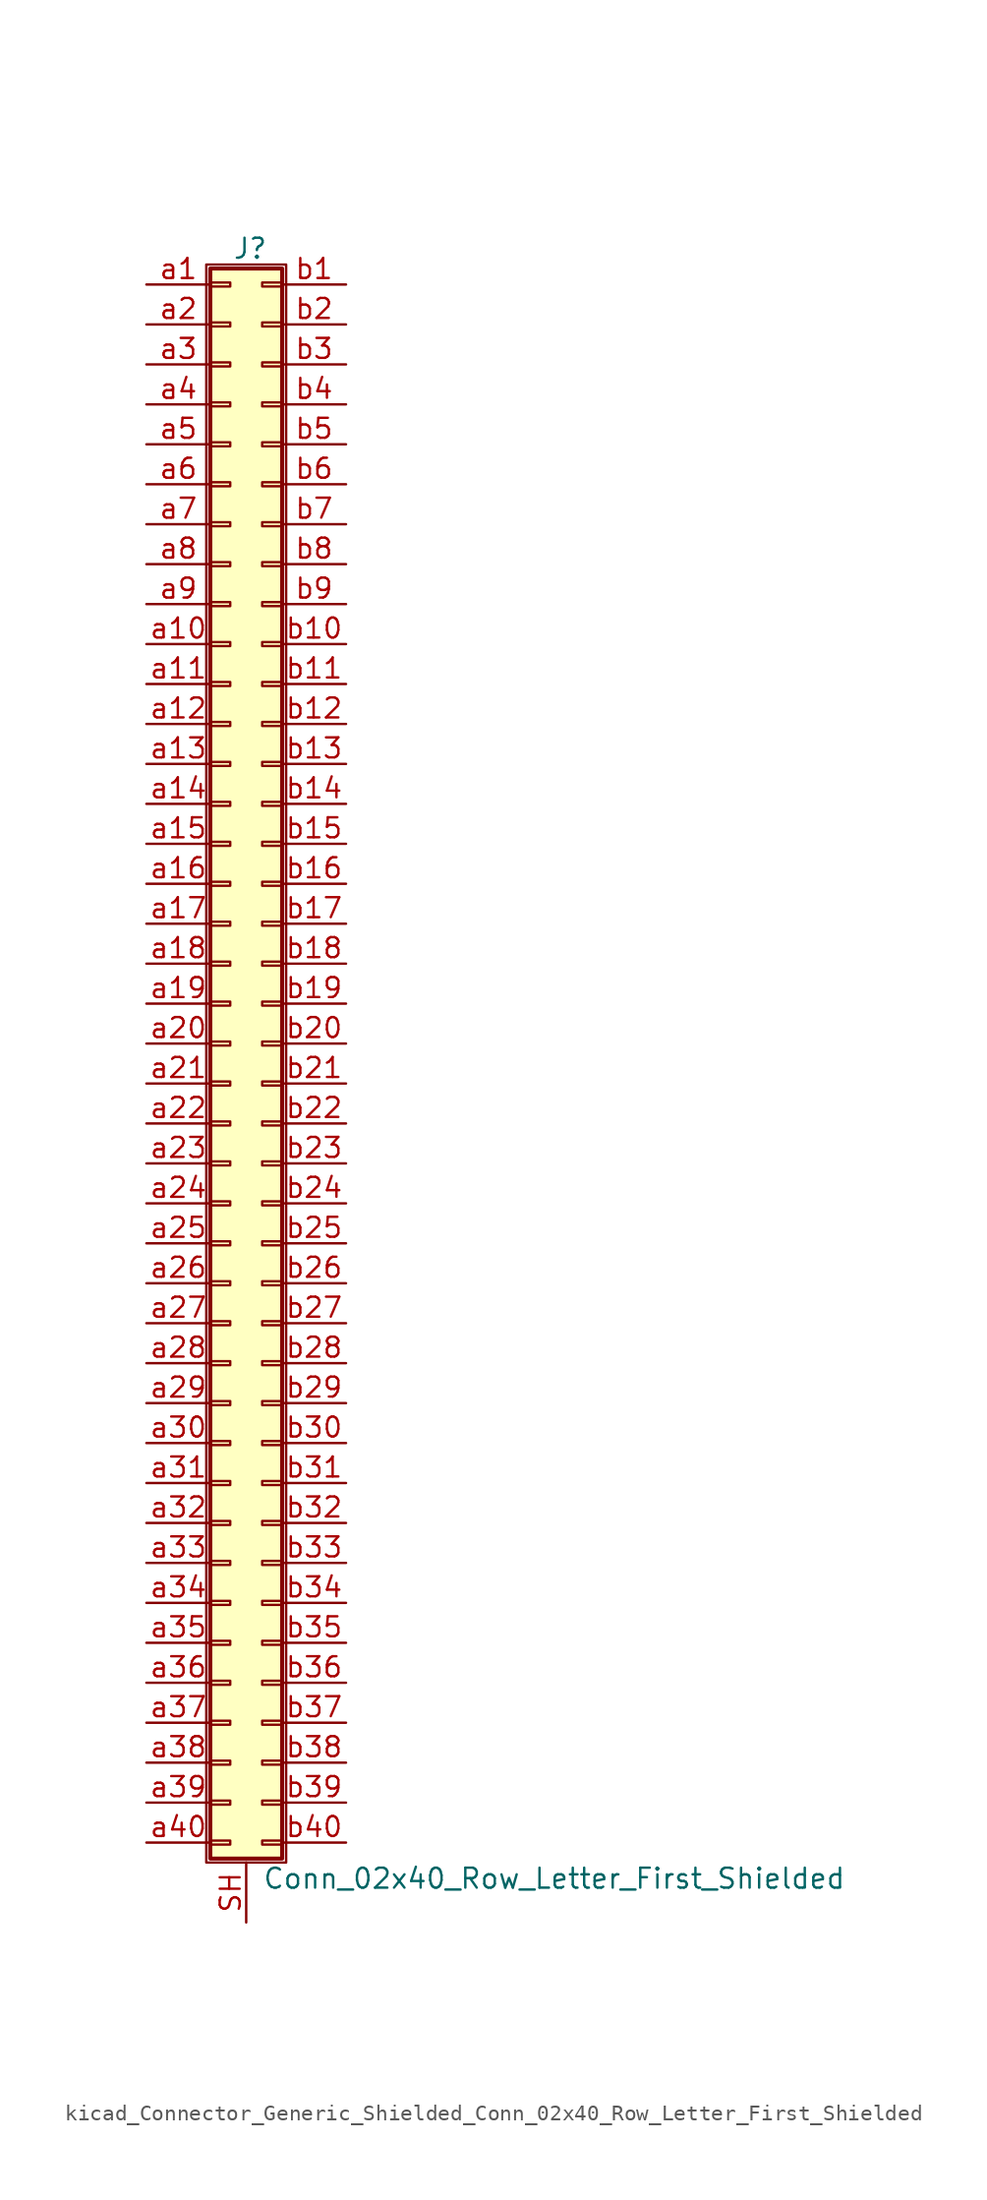
<source format=kicad_sym>
(kicad_symbol_lib
  (version 20220914)
  (generator kicad_symbol_editor)
  (symbol "kicad_Connector_Generic_Shielded_Conn_02x40_Row_Letter_First_Shielded"
    (pin_names
      (offset 1.016) hide)
    (property "Reference" "J"
      (at 1.524 50.546 0)
      (effects (font (size 1.27 1.27))))
    (property "Value" "Conn_02x40_Row_Letter_First_Shielded"
      (at 2.286 -53.086 0)
      (effects (font (size 1.27 1.27)) (justify left)))
    (symbol "kicad_Connector_Generic_Shielded_Conn_02x40_Row_Letter_First_Shielded_1_1"
      (rectangle (start -1.27 49.53) (end 3.81 -52.07) (stroke (width 0.152) (type default)) (fill (type none)))
      (rectangle (start -1.016 -50.673) (end 0.254 -50.927) (stroke (width 0.152) (type default)) (fill (type none)))
      (rectangle (start -1.016 -48.133) (end 0.254 -48.387) (stroke (width 0.152) (type default)) (fill (type none)))
      (rectangle (start -1.016 -45.593) (end 0.254 -45.847) (stroke (width 0.152) (type default)) (fill (type none)))
      (rectangle (start -1.016 -43.053) (end 0.254 -43.307) (stroke (width 0.152) (type default)) (fill (type none)))
      (rectangle (start -1.016 -40.513) (end 0.254 -40.767) (stroke (width 0.152) (type default)) (fill (type none)))
      (rectangle (start -1.016 -37.973) (end 0.254 -38.227) (stroke (width 0.152) (type default)) (fill (type none)))
      (rectangle (start -1.016 -35.433) (end 0.254 -35.687) (stroke (width 0.152) (type default)) (fill (type none)))
      (rectangle (start -1.016 -32.893) (end 0.254 -33.147) (stroke (width 0.152) (type default)) (fill (type none)))
      (rectangle (start -1.016 -30.353) (end 0.254 -30.607) (stroke (width 0.152) (type default)) (fill (type none)))
      (rectangle (start -1.016 -27.813) (end 0.254 -28.067) (stroke (width 0.152) (type default)) (fill (type none)))
      (rectangle (start -1.016 -25.273) (end 0.254 -25.527) (stroke (width 0.152) (type default)) (fill (type none)))
      (rectangle (start -1.016 -22.733) (end 0.254 -22.987) (stroke (width 0.152) (type default)) (fill (type none)))
      (rectangle (start -1.016 -20.193) (end 0.254 -20.447) (stroke (width 0.152) (type default)) (fill (type none)))
      (rectangle (start -1.016 -17.653) (end 0.254 -17.907) (stroke (width 0.152) (type default)) (fill (type none)))
      (rectangle (start -1.016 -15.113) (end 0.254 -15.367) (stroke (width 0.152) (type default)) (fill (type none)))
      (rectangle (start -1.016 -12.573) (end 0.254 -12.827) (stroke (width 0.152) (type default)) (fill (type none)))
      (rectangle (start -1.016 -10.033) (end 0.254 -10.287) (stroke (width 0.152) (type default)) (fill (type none)))
      (rectangle (start -1.016 -7.493) (end 0.254 -7.747) (stroke (width 0.152) (type default)) (fill (type none)))
      (rectangle (start -1.016 -4.953) (end 0.254 -5.207) (stroke (width 0.152) (type default)) (fill (type none)))
      (rectangle (start -1.016 -2.413) (end 0.254 -2.667) (stroke (width 0.152) (type default)) (fill (type none)))
      (rectangle (start -1.016 0.127) (end 0.254 -0.127) (stroke (width 0.152) (type default)) (fill (type none)))
      (rectangle (start -1.016 2.667) (end 0.254 2.413) (stroke (width 0.152) (type default)) (fill (type none)))
      (rectangle (start -1.016 5.207) (end 0.254 4.953) (stroke (width 0.152) (type default)) (fill (type none)))
      (rectangle (start -1.016 7.747) (end 0.254 7.493) (stroke (width 0.152) (type default)) (fill (type none)))
      (rectangle (start -1.016 10.287) (end 0.254 10.033) (stroke (width 0.152) (type default)) (fill (type none)))
      (rectangle (start -1.016 12.827) (end 0.254 12.573) (stroke (width 0.152) (type default)) (fill (type none)))
      (rectangle (start -1.016 15.367) (end 0.254 15.113) (stroke (width 0.152) (type default)) (fill (type none)))
      (rectangle (start -1.016 17.907) (end 0.254 17.653) (stroke (width 0.152) (type default)) (fill (type none)))
      (rectangle (start -1.016 20.447) (end 0.254 20.193) (stroke (width 0.152) (type default)) (fill (type none)))
      (rectangle (start -1.016 22.987) (end 0.254 22.733) (stroke (width 0.152) (type default)) (fill (type none)))
      (rectangle (start -1.016 25.527) (end 0.254 25.273) (stroke (width 0.152) (type default)) (fill (type none)))
      (rectangle (start -1.016 28.067) (end 0.254 27.813) (stroke (width 0.152) (type default)) (fill (type none)))
      (rectangle (start -1.016 30.607) (end 0.254 30.353) (stroke (width 0.152) (type default)) (fill (type none)))
      (rectangle (start -1.016 33.147) (end 0.254 32.893) (stroke (width 0.152) (type default)) (fill (type none)))
      (rectangle (start -1.016 35.687) (end 0.254 35.433) (stroke (width 0.152) (type default)) (fill (type none)))
      (rectangle (start -1.016 38.227) (end 0.254 37.973) (stroke (width 0.152) (type default)) (fill (type none)))
      (rectangle (start -1.016 40.767) (end 0.254 40.513) (stroke (width 0.152) (type default)) (fill (type none)))
      (rectangle (start -1.016 43.307) (end 0.254 43.053) (stroke (width 0.152) (type default)) (fill (type none)))
      (rectangle (start -1.016 45.847) (end 0.254 45.593) (stroke (width 0.152) (type default)) (fill (type none)))
      (rectangle (start -1.016 48.387) (end 0.254 48.133) (stroke (width 0.152) (type default)) (fill (type none)))
      (rectangle (start -1.016 49.276) (end 3.556 -51.816) (stroke (width 0.254) (type default)) (fill (type background)))
      (rectangle (start 3.556 -50.673) (end 2.286 -50.927) (stroke (width 0.152) (type default)) (fill (type none)))
      (rectangle (start 3.556 -48.133) (end 2.286 -48.387) (stroke (width 0.152) (type default)) (fill (type none)))
      (rectangle (start 3.556 -45.593) (end 2.286 -45.847) (stroke (width 0.152) (type default)) (fill (type none)))
      (rectangle (start 3.556 -43.053) (end 2.286 -43.307) (stroke (width 0.152) (type default)) (fill (type none)))
      (rectangle (start 3.556 -40.513) (end 2.286 -40.767) (stroke (width 0.152) (type default)) (fill (type none)))
      (rectangle (start 3.556 -37.973) (end 2.286 -38.227) (stroke (width 0.152) (type default)) (fill (type none)))
      (rectangle (start 3.556 -35.433) (end 2.286 -35.687) (stroke (width 0.152) (type default)) (fill (type none)))
      (rectangle (start 3.556 -32.893) (end 2.286 -33.147) (stroke (width 0.152) (type default)) (fill (type none)))
      (rectangle (start 3.556 -30.353) (end 2.286 -30.607) (stroke (width 0.152) (type default)) (fill (type none)))
      (rectangle (start 3.556 -27.813) (end 2.286 -28.067) (stroke (width 0.152) (type default)) (fill (type none)))
      (rectangle (start 3.556 -25.273) (end 2.286 -25.527) (stroke (width 0.152) (type default)) (fill (type none)))
      (rectangle (start 3.556 -22.733) (end 2.286 -22.987) (stroke (width 0.152) (type default)) (fill (type none)))
      (rectangle (start 3.556 -20.193) (end 2.286 -20.447) (stroke (width 0.152) (type default)) (fill (type none)))
      (rectangle (start 3.556 -17.653) (end 2.286 -17.907) (stroke (width 0.152) (type default)) (fill (type none)))
      (rectangle (start 3.556 -15.113) (end 2.286 -15.367) (stroke (width 0.152) (type default)) (fill (type none)))
      (rectangle (start 3.556 -12.573) (end 2.286 -12.827) (stroke (width 0.152) (type default)) (fill (type none)))
      (rectangle (start 3.556 -10.033) (end 2.286 -10.287) (stroke (width 0.152) (type default)) (fill (type none)))
      (rectangle (start 3.556 -7.493) (end 2.286 -7.747) (stroke (width 0.152) (type default)) (fill (type none)))
      (rectangle (start 3.556 -4.953) (end 2.286 -5.207) (stroke (width 0.152) (type default)) (fill (type none)))
      (rectangle (start 3.556 -2.413) (end 2.286 -2.667) (stroke (width 0.152) (type default)) (fill (type none)))
      (rectangle (start 3.556 0.127) (end 2.286 -0.127) (stroke (width 0.152) (type default)) (fill (type none)))
      (rectangle (start 3.556 2.667) (end 2.286 2.413) (stroke (width 0.152) (type default)) (fill (type none)))
      (rectangle (start 3.556 5.207) (end 2.286 4.953) (stroke (width 0.152) (type default)) (fill (type none)))
      (rectangle (start 3.556 7.747) (end 2.286 7.493) (stroke (width 0.152) (type default)) (fill (type none)))
      (rectangle (start 3.556 10.287) (end 2.286 10.033) (stroke (width 0.152) (type default)) (fill (type none)))
      (rectangle (start 3.556 12.827) (end 2.286 12.573) (stroke (width 0.152) (type default)) (fill (type none)))
      (rectangle (start 3.556 15.367) (end 2.286 15.113) (stroke (width 0.152) (type default)) (fill (type none)))
      (rectangle (start 3.556 17.907) (end 2.286 17.653) (stroke (width 0.152) (type default)) (fill (type none)))
      (rectangle (start 3.556 20.447) (end 2.286 20.193) (stroke (width 0.152) (type default)) (fill (type none)))
      (rectangle (start 3.556 22.987) (end 2.286 22.733) (stroke (width 0.152) (type default)) (fill (type none)))
      (rectangle (start 3.556 25.527) (end 2.286 25.273) (stroke (width 0.152) (type default)) (fill (type none)))
      (rectangle (start 3.556 28.067) (end 2.286 27.813) (stroke (width 0.152) (type default)) (fill (type none)))
      (rectangle (start 3.556 30.607) (end 2.286 30.353) (stroke (width 0.152) (type default)) (fill (type none)))
      (rectangle (start 3.556 33.147) (end 2.286 32.893) (stroke (width 0.152) (type default)) (fill (type none)))
      (rectangle (start 3.556 35.687) (end 2.286 35.433) (stroke (width 0.152) (type default)) (fill (type none)))
      (rectangle (start 3.556 38.227) (end 2.286 37.973) (stroke (width 0.152) (type default)) (fill (type none)))
      (rectangle (start 3.556 40.767) (end 2.286 40.513) (stroke (width 0.152) (type default)) (fill (type none)))
      (rectangle (start 3.556 43.307) (end 2.286 43.053) (stroke (width 0.152) (type default)) (fill (type none)))
      (rectangle (start 3.556 45.847) (end 2.286 45.593) (stroke (width 0.152) (type default)) (fill (type none)))
      (rectangle (start 3.556 48.387) (end 2.286 48.133) (stroke (width 0.152) (type default)) (fill (type none)))
      (pin passive line (at 1.27 -55.88 90) (length 3.81) (name "Shield" (effects (font (size 1.27 1.27)))) (number "SH" (effects (font (size 1.27 1.27)))))
      (pin passive line (at -5.08 48.26 0) (length 4.064) (name "Pin_a1" (effects (font (size 1.27 1.27)))) (number "a1" (effects (font (size 1.27 1.27)))))
      (pin passive line (at -5.08 25.4 0) (length 4.064) (name "Pin_a10" (effects (font (size 1.27 1.27)))) (number "a10" (effects (font (size 1.27 1.27)))))
      (pin passive line (at -5.08 22.86 0) (length 4.064) (name "Pin_a11" (effects (font (size 1.27 1.27)))) (number "a11" (effects (font (size 1.27 1.27)))))
      (pin passive line (at -5.08 20.32 0) (length 4.064) (name "Pin_a12" (effects (font (size 1.27 1.27)))) (number "a12" (effects (font (size 1.27 1.27)))))
      (pin passive line (at -5.08 17.78 0) (length 4.064) (name "Pin_a13" (effects (font (size 1.27 1.27)))) (number "a13" (effects (font (size 1.27 1.27)))))
      (pin passive line (at -5.08 15.24 0) (length 4.064) (name "Pin_a14" (effects (font (size 1.27 1.27)))) (number "a14" (effects (font (size 1.27 1.27)))))
      (pin passive line (at -5.08 12.7 0) (length 4.064) (name "Pin_a15" (effects (font (size 1.27 1.27)))) (number "a15" (effects (font (size 1.27 1.27)))))
      (pin passive line (at -5.08 10.16 0) (length 4.064) (name "Pin_a16" (effects (font (size 1.27 1.27)))) (number "a16" (effects (font (size 1.27 1.27)))))
      (pin passive line (at -5.08 7.62 0) (length 4.064) (name "Pin_a17" (effects (font (size 1.27 1.27)))) (number "a17" (effects (font (size 1.27 1.27)))))
      (pin passive line (at -5.08 5.08 0) (length 4.064) (name "Pin_a18" (effects (font (size 1.27 1.27)))) (number "a18" (effects (font (size 1.27 1.27)))))
      (pin passive line (at -5.08 2.54 0) (length 4.064) (name "Pin_a19" (effects (font (size 1.27 1.27)))) (number "a19" (effects (font (size 1.27 1.27)))))
      (pin passive line (at -5.08 45.72 0) (length 4.064) (name "Pin_a2" (effects (font (size 1.27 1.27)))) (number "a2" (effects (font (size 1.27 1.27)))))
      (pin passive line (at -5.08 0 0) (length 4.064) (name "Pin_a20" (effects (font (size 1.27 1.27)))) (number "a20" (effects (font (size 1.27 1.27)))))
      (pin passive line (at -5.08 -2.54 0) (length 4.064) (name "Pin_a21" (effects (font (size 1.27 1.27)))) (number "a21" (effects (font (size 1.27 1.27)))))
      (pin passive line (at -5.08 -5.08 0) (length 4.064) (name "Pin_a22" (effects (font (size 1.27 1.27)))) (number "a22" (effects (font (size 1.27 1.27)))))
      (pin passive line (at -5.08 -7.62 0) (length 4.064) (name "Pin_a23" (effects (font (size 1.27 1.27)))) (number "a23" (effects (font (size 1.27 1.27)))))
      (pin passive line (at -5.08 -10.16 0) (length 4.064) (name "Pin_a24" (effects (font (size 1.27 1.27)))) (number "a24" (effects (font (size 1.27 1.27)))))
      (pin passive line (at -5.08 -12.7 0) (length 4.064) (name "Pin_a25" (effects (font (size 1.27 1.27)))) (number "a25" (effects (font (size 1.27 1.27)))))
      (pin passive line (at -5.08 -15.24 0) (length 4.064) (name "Pin_a26" (effects (font (size 1.27 1.27)))) (number "a26" (effects (font (size 1.27 1.27)))))
      (pin passive line (at -5.08 -17.78 0) (length 4.064) (name "Pin_a27" (effects (font (size 1.27 1.27)))) (number "a27" (effects (font (size 1.27 1.27)))))
      (pin passive line (at -5.08 -20.32 0) (length 4.064) (name "Pin_a28" (effects (font (size 1.27 1.27)))) (number "a28" (effects (font (size 1.27 1.27)))))
      (pin passive line (at -5.08 -22.86 0) (length 4.064) (name "Pin_a29" (effects (font (size 1.27 1.27)))) (number "a29" (effects (font (size 1.27 1.27)))))
      (pin passive line (at -5.08 43.18 0) (length 4.064) (name "Pin_a3" (effects (font (size 1.27 1.27)))) (number "a3" (effects (font (size 1.27 1.27)))))
      (pin passive line (at -5.08 -25.4 0) (length 4.064) (name "Pin_a30" (effects (font (size 1.27 1.27)))) (number "a30" (effects (font (size 1.27 1.27)))))
      (pin passive line (at -5.08 -27.94 0) (length 4.064) (name "Pin_a31" (effects (font (size 1.27 1.27)))) (number "a31" (effects (font (size 1.27 1.27)))))
      (pin passive line (at -5.08 -30.48 0) (length 4.064) (name "Pin_a32" (effects (font (size 1.27 1.27)))) (number "a32" (effects (font (size 1.27 1.27)))))
      (pin passive line (at -5.08 -33.02 0) (length 4.064) (name "Pin_a33" (effects (font (size 1.27 1.27)))) (number "a33" (effects (font (size 1.27 1.27)))))
      (pin passive line (at -5.08 -35.56 0) (length 4.064) (name "Pin_a34" (effects (font (size 1.27 1.27)))) (number "a34" (effects (font (size 1.27 1.27)))))
      (pin passive line (at -5.08 -38.1 0) (length 4.064) (name "Pin_a35" (effects (font (size 1.27 1.27)))) (number "a35" (effects (font (size 1.27 1.27)))))
      (pin passive line (at -5.08 -40.64 0) (length 4.064) (name "Pin_a36" (effects (font (size 1.27 1.27)))) (number "a36" (effects (font (size 1.27 1.27)))))
      (pin passive line (at -5.08 -43.18 0) (length 4.064) (name "Pin_a37" (effects (font (size 1.27 1.27)))) (number "a37" (effects (font (size 1.27 1.27)))))
      (pin passive line (at -5.08 -45.72 0) (length 4.064) (name "Pin_a38" (effects (font (size 1.27 1.27)))) (number "a38" (effects (font (size 1.27 1.27)))))
      (pin passive line (at -5.08 -48.26 0) (length 4.064) (name "Pin_a39" (effects (font (size 1.27 1.27)))) (number "a39" (effects (font (size 1.27 1.27)))))
      (pin passive line (at -5.08 40.64 0) (length 4.064) (name "Pin_a4" (effects (font (size 1.27 1.27)))) (number "a4" (effects (font (size 1.27 1.27)))))
      (pin passive line (at -5.08 -50.8 0) (length 4.064) (name "Pin_a40" (effects (font (size 1.27 1.27)))) (number "a40" (effects (font (size 1.27 1.27)))))
      (pin passive line (at -5.08 38.1 0) (length 4.064) (name "Pin_a5" (effects (font (size 1.27 1.27)))) (number "a5" (effects (font (size 1.27 1.27)))))
      (pin passive line (at -5.08 35.56 0) (length 4.064) (name "Pin_a6" (effects (font (size 1.27 1.27)))) (number "a6" (effects (font (size 1.27 1.27)))))
      (pin passive line (at -5.08 33.02 0) (length 4.064) (name "Pin_a7" (effects (font (size 1.27 1.27)))) (number "a7" (effects (font (size 1.27 1.27)))))
      (pin passive line (at -5.08 30.48 0) (length 4.064) (name "Pin_a8" (effects (font (size 1.27 1.27)))) (number "a8" (effects (font (size 1.27 1.27)))))
      (pin passive line (at -5.08 27.94 0) (length 4.064) (name "Pin_a9" (effects (font (size 1.27 1.27)))) (number "a9" (effects (font (size 1.27 1.27)))))
      (pin passive line (at 7.62 48.26 180) (length 4.064) (name "Pin_b1" (effects (font (size 1.27 1.27)))) (number "b1" (effects (font (size 1.27 1.27)))))
      (pin passive line (at 7.62 25.4 180) (length 4.064) (name "Pin_b10" (effects (font (size 1.27 1.27)))) (number "b10" (effects (font (size 1.27 1.27)))))
      (pin passive line (at 7.62 22.86 180) (length 4.064) (name "Pin_b11" (effects (font (size 1.27 1.27)))) (number "b11" (effects (font (size 1.27 1.27)))))
      (pin passive line (at 7.62 20.32 180) (length 4.064) (name "Pin_b12" (effects (font (size 1.27 1.27)))) (number "b12" (effects (font (size 1.27 1.27)))))
      (pin passive line (at 7.62 17.78 180) (length 4.064) (name "Pin_b13" (effects (font (size 1.27 1.27)))) (number "b13" (effects (font (size 1.27 1.27)))))
      (pin passive line (at 7.62 15.24 180) (length 4.064) (name "Pin_b14" (effects (font (size 1.27 1.27)))) (number "b14" (effects (font (size 1.27 1.27)))))
      (pin passive line (at 7.62 12.7 180) (length 4.064) (name "Pin_b15" (effects (font (size 1.27 1.27)))) (number "b15" (effects (font (size 1.27 1.27)))))
      (pin passive line (at 7.62 10.16 180) (length 4.064) (name "Pin_b16" (effects (font (size 1.27 1.27)))) (number "b16" (effects (font (size 1.27 1.27)))))
      (pin passive line (at 7.62 7.62 180) (length 4.064) (name "Pin_b17" (effects (font (size 1.27 1.27)))) (number "b17" (effects (font (size 1.27 1.27)))))
      (pin passive line (at 7.62 5.08 180) (length 4.064) (name "Pin_b18" (effects (font (size 1.27 1.27)))) (number "b18" (effects (font (size 1.27 1.27)))))
      (pin passive line (at 7.62 2.54 180) (length 4.064) (name "Pin_b19" (effects (font (size 1.27 1.27)))) (number "b19" (effects (font (size 1.27 1.27)))))
      (pin passive line (at 7.62 45.72 180) (length 4.064) (name "Pin_b2" (effects (font (size 1.27 1.27)))) (number "b2" (effects (font (size 1.27 1.27)))))
      (pin passive line (at 7.62 0 180) (length 4.064) (name "Pin_b20" (effects (font (size 1.27 1.27)))) (number "b20" (effects (font (size 1.27 1.27)))))
      (pin passive line (at 7.62 -2.54 180) (length 4.064) (name "Pin_b21" (effects (font (size 1.27 1.27)))) (number "b21" (effects (font (size 1.27 1.27)))))
      (pin passive line (at 7.62 -5.08 180) (length 4.064) (name "Pin_b22" (effects (font (size 1.27 1.27)))) (number "b22" (effects (font (size 1.27 1.27)))))
      (pin passive line (at 7.62 -7.62 180) (length 4.064) (name "Pin_b23" (effects (font (size 1.27 1.27)))) (number "b23" (effects (font (size 1.27 1.27)))))
      (pin passive line (at 7.62 -10.16 180) (length 4.064) (name "Pin_b24" (effects (font (size 1.27 1.27)))) (number "b24" (effects (font (size 1.27 1.27)))))
      (pin passive line (at 7.62 -12.7 180) (length 4.064) (name "Pin_b25" (effects (font (size 1.27 1.27)))) (number "b25" (effects (font (size 1.27 1.27)))))
      (pin passive line (at 7.62 -15.24 180) (length 4.064) (name "Pin_b26" (effects (font (size 1.27 1.27)))) (number "b26" (effects (font (size 1.27 1.27)))))
      (pin passive line (at 7.62 -17.78 180) (length 4.064) (name "Pin_b27" (effects (font (size 1.27 1.27)))) (number "b27" (effects (font (size 1.27 1.27)))))
      (pin passive line (at 7.62 -20.32 180) (length 4.064) (name "Pin_b28" (effects (font (size 1.27 1.27)))) (number "b28" (effects (font (size 1.27 1.27)))))
      (pin passive line (at 7.62 -22.86 180) (length 4.064) (name "Pin_b29" (effects (font (size 1.27 1.27)))) (number "b29" (effects (font (size 1.27 1.27)))))
      (pin passive line (at 7.62 43.18 180) (length 4.064) (name "Pin_b3" (effects (font (size 1.27 1.27)))) (number "b3" (effects (font (size 1.27 1.27)))))
      (pin passive line (at 7.62 -25.4 180) (length 4.064) (name "Pin_b30" (effects (font (size 1.27 1.27)))) (number "b30" (effects (font (size 1.27 1.27)))))
      (pin passive line (at 7.62 -27.94 180) (length 4.064) (name "Pin_b31" (effects (font (size 1.27 1.27)))) (number "b31" (effects (font (size 1.27 1.27)))))
      (pin passive line (at 7.62 -30.48 180) (length 4.064) (name "Pin_b32" (effects (font (size 1.27 1.27)))) (number "b32" (effects (font (size 1.27 1.27)))))
      (pin passive line (at 7.62 -33.02 180) (length 4.064) (name "Pin_b33" (effects (font (size 1.27 1.27)))) (number "b33" (effects (font (size 1.27 1.27)))))
      (pin passive line (at 7.62 -35.56 180) (length 4.064) (name "Pin_b34" (effects (font (size 1.27 1.27)))) (number "b34" (effects (font (size 1.27 1.27)))))
      (pin passive line (at 7.62 -38.1 180) (length 4.064) (name "Pin_b35" (effects (font (size 1.27 1.27)))) (number "b35" (effects (font (size 1.27 1.27)))))
      (pin passive line (at 7.62 -40.64 180) (length 4.064) (name "Pin_b36" (effects (font (size 1.27 1.27)))) (number "b36" (effects (font (size 1.27 1.27)))))
      (pin passive line (at 7.62 -43.18 180) (length 4.064) (name "Pin_b37" (effects (font (size 1.27 1.27)))) (number "b37" (effects (font (size 1.27 1.27)))))
      (pin passive line (at 7.62 -45.72 180) (length 4.064) (name "Pin_b38" (effects (font (size 1.27 1.27)))) (number "b38" (effects (font (size 1.27 1.27)))))
      (pin passive line (at 7.62 -48.26 180) (length 4.064) (name "Pin_b39" (effects (font (size 1.27 1.27)))) (number "b39" (effects (font (size 1.27 1.27)))))
      (pin passive line (at 7.62 40.64 180) (length 4.064) (name "Pin_b4" (effects (font (size 1.27 1.27)))) (number "b4" (effects (font (size 1.27 1.27)))))
      (pin passive line (at 7.62 -50.8 180) (length 4.064) (name "Pin_b40" (effects (font (size 1.27 1.27)))) (number "b40" (effects (font (size 1.27 1.27)))))
      (pin passive line (at 7.62 38.1 180) (length 4.064) (name "Pin_b5" (effects (font (size 1.27 1.27)))) (number "b5" (effects (font (size 1.27 1.27)))))
      (pin passive line (at 7.62 35.56 180) (length 4.064) (name "Pin_b6" (effects (font (size 1.27 1.27)))) (number "b6" (effects (font (size 1.27 1.27)))))
      (pin passive line (at 7.62 33.02 180) (length 4.064) (name "Pin_b7" (effects (font (size 1.27 1.27)))) (number "b7" (effects (font (size 1.27 1.27)))))
      (pin passive line (at 7.62 30.48 180) (length 4.064) (name "Pin_b8" (effects (font (size 1.27 1.27)))) (number "b8" (effects (font (size 1.27 1.27)))))
      (pin passive line (at 7.62 27.94 180) (length 4.064) (name "Pin_b9" (effects (font (size 1.27 1.27)))) (number "b9" (effects (font (size 1.27 1.27))))))))
</source>
